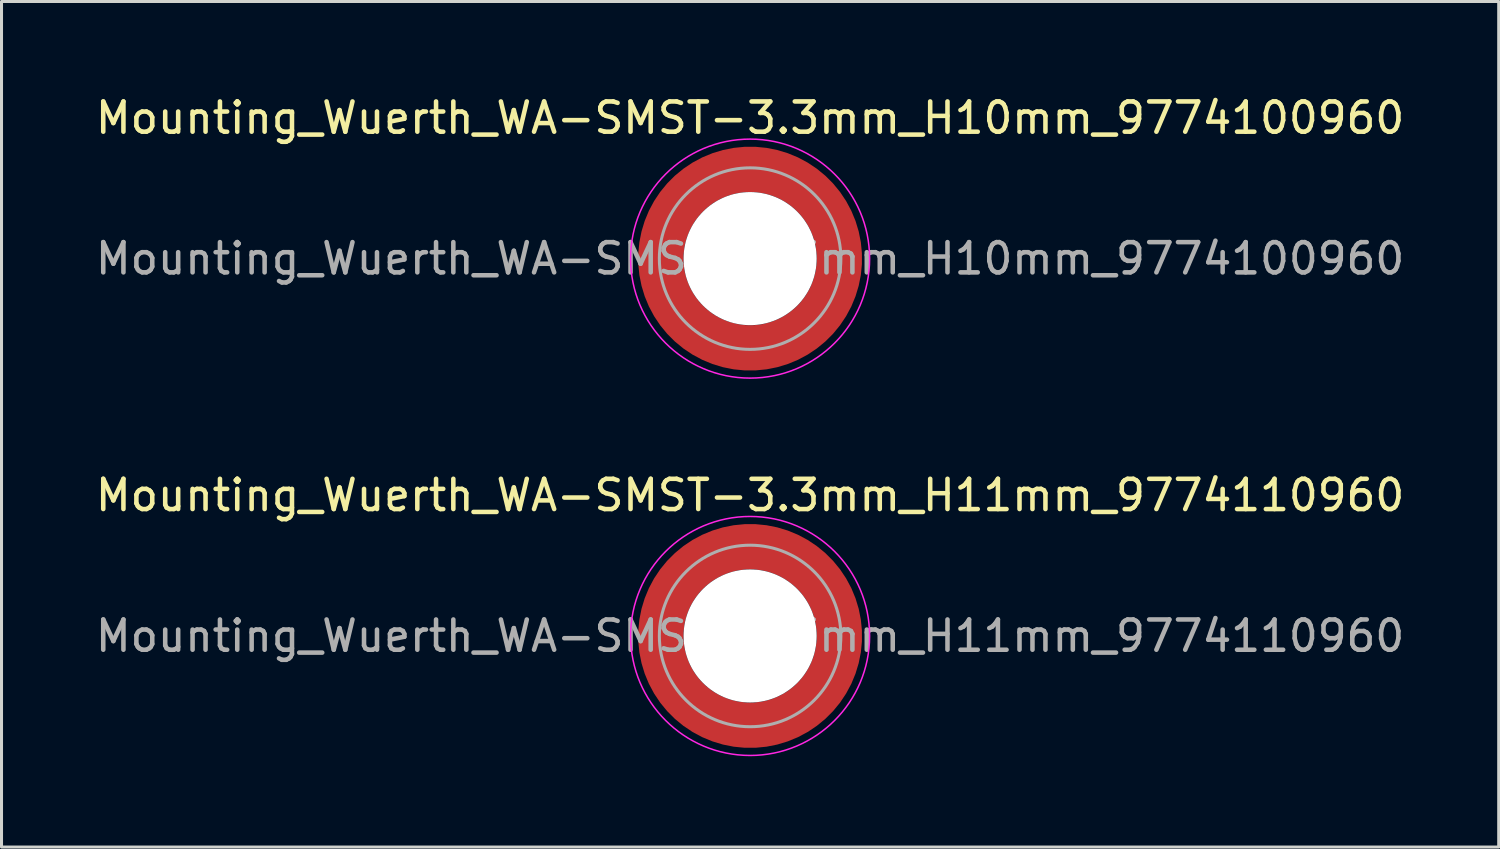
<source format=kicad_pcb>
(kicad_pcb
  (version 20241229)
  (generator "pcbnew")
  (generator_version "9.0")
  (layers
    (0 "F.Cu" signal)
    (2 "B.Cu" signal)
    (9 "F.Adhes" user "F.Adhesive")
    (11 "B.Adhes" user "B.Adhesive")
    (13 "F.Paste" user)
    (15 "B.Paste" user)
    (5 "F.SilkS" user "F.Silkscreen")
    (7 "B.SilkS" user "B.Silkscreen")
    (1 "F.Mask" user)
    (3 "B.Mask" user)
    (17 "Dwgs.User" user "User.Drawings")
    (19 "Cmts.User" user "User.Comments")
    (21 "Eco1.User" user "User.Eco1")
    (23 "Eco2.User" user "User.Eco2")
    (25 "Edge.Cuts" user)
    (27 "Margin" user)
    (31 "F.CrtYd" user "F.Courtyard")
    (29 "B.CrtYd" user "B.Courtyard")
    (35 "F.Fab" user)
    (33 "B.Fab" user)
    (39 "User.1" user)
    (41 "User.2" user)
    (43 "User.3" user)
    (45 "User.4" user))
  (footprint "Mounting_Wuerth_WA-SMST-3.3mm_H11mm_9774110960"
    (layer "F.Cu")
    (at 21.744 17.971)
    (property "Reference" "Mounting_Wuerth_WA-SMST-3.3mm_H11mm_9774110960" (at 0 -4.65 0) (layer "F.SilkS") (effects (font (size 1 1) (thickness 0.15))))
    (attr smd)
    (fp_circle (center 0 0) (end 3.95 0) (stroke (width 0.05) (type solid)) (fill no) (layer "F.CrtYd"))
    (fp_circle (center 0 0) (end 3 0) (stroke (width 0.1) (type solid)) (fill no) (layer "F.Fab"))
    (fp_text user "${REFERENCE}" (at 0 0 0) (layer "F.Fab") (effects (font (size 1 1) (thickness 0.15))))
    (pad "" smd custom (at -2.058 -2.058) (size 0.7 0.7) (layers "F.Paste") (options (anchor circle)) (primitives (gr_arc (start -0.377294 1.707681) (mid 0.317579 0.318817) (end 1.705947 -0.377044) (width 0.2)) (gr_arc (start -0.478281 1.707681) (mid 0.246161 0.248814) (end 1.703965 -0.477765) (width 0.2)) (gr_arc (start -0.579192 1.707681) (mid 0.175492 0.178063) (end 1.704077 -0.578711) (width 0.2)) (gr_arc (start -0.680037 1.707681) (mid 0.105568 0.106564) (end 1.706284 -0.679858) (width 0.2)) (gr_arc (start -0.780822 1.707681) (mid 0.034627 0.036085) (end 1.705634 -0.780569) (width 0.2)) (gr_arc (start -0.881554 1.707681) (mid -0.035694 -0.035016) (end 1.706729 -0.881441) (width 0.2)) (gr_arc (start -0.982237 1.707681) (mid -0.107281 -0.10485) (end 1.704266 -0.981842) (width 0.2)) (gr_arc (start -1.082877 1.707681) (mid -0.178372 -0.175181) (end 1.703197 -1.082374) (width 0.2)) (gr_arc (start -1.183476 1.707681) (mid -0.248964 -0.246008) (end 1.703525 -1.183025) (width 0.2)) (gr_arc (start -1.28404 1.707681) (mid -0.319062 -0.317333) (end 1.70525 -1.283784) (width 0.2)) (gr_line (start 1.708 -0.377) (end 1.708 -1.284) (width 0.2)) (gr_line (start -0.377 1.708) (end -1.284 1.708) (width 0.2))))
    (pad "" smd custom (at -2.058 2.058) (size 0.7 0.7) (layers "F.Paste") (options (anchor circle)) (primitives (gr_arc (start 1.707681 0.377294) (mid 0.318817 -0.317579) (end -0.377044 -1.705947) (width 0.2)) (gr_arc (start 1.707681 0.478281) (mid 0.248814 -0.246161) (end -0.477765 -1.703965) (width 0.2)) (gr_arc (start 1.707681 0.579192) (mid 0.178063 -0.175492) (end -0.578711 -1.704077) (width 0.2)) (gr_arc (start 1.707681 0.680037) (mid 0.106564 -0.105568) (end -0.679858 -1.706284) (width 0.2)) (gr_arc (start 1.707681 0.780822) (mid 0.036085 -0.034627) (end -0.780569 -1.705634) (width 0.2)) (gr_arc (start 1.707681 0.881554) (mid -0.035016 0.035694) (end -0.881441 -1.706729) (width 0.2)) (gr_arc (start 1.707681 0.982237) (mid -0.10485 0.107281) (end -0.981842 -1.704266) (width 0.2)) (gr_arc (start 1.707681 1.082877) (mid -0.175181 0.178372) (end -1.082374 -1.703197) (width 0.2)) (gr_arc (start 1.707681 1.183476) (mid -0.246008 0.248964) (end -1.183025 -1.703525) (width 0.2)) (gr_arc (start 1.707681 1.28404) (mid -0.317333 0.319062) (end -1.283784 -1.70525) (width 0.2)) (gr_line (start -0.377 -1.708) (end -1.284 -1.708) (width 0.2)) (gr_line (start 1.708 0.377) (end 1.708 1.284) (width 0.2))))
    (pad "" np_thru_hole circle (at 0 0) (size 4.4 4.4) (drill 4.4) (layers "*.Cu" "*.Mask"))
    (pad "" smd custom (at 2.058 -2.058) (size 0.7 0.7) (layers "F.Paste") (options (anchor circle)) (primitives (gr_arc (start -1.707681 -0.377294) (mid -0.318817 0.317579) (end 0.377044 1.705947) (width 0.2)) (gr_arc (start -1.707681 -0.478281) (mid -0.248814 0.246161) (end 0.477765 1.703965) (width 0.2)) (gr_arc (start -1.707681 -0.579192) (mid -0.178063 0.175492) (end 0.578711 1.704077) (width 0.2)) (gr_arc (start -1.707681 -0.680037) (mid -0.106564 0.105568) (end 0.679858 1.706284) (width 0.2)) (gr_arc (start -1.707681 -0.780822) (mid -0.036085 0.034627) (end 0.780569 1.705634) (width 0.2)) (gr_arc (start -1.707681 -0.881554) (mid 0.035016 -0.035694) (end 0.881441 1.706729) (width 0.2)) (gr_arc (start -1.707681 -0.982237) (mid 0.10485 -0.107281) (end 0.981842 1.704266) (width 0.2)) (gr_arc (start -1.707681 -1.082877) (mid 0.175181 -0.178372) (end 1.082374 1.703197) (width 0.2)) (gr_arc (start -1.707681 -1.183476) (mid 0.246008 -0.248964) (end 1.183025 1.703525) (width 0.2)) (gr_arc (start -1.707681 -1.28404) (mid 0.317333 -0.319062) (end 1.283784 1.70525) (width 0.2)) (gr_line (start 0.377 1.708) (end 1.284 1.708) (width 0.2)) (gr_line (start -1.708 -0.377) (end -1.708 -1.284) (width 0.2))))
    (pad "" smd custom (at 2.058 2.058) (size 0.7 0.7) (layers "F.Paste") (options (anchor circle)) (primitives (gr_arc (start 0.377294 -1.707681) (mid -0.317579 -0.318817) (end -1.705947 0.377044) (width 0.2)) (gr_arc (start 0.478281 -1.707681) (mid -0.246161 -0.248814) (end -1.703965 0.477765) (width 0.2)) (gr_arc (start 0.579192 -1.707681) (mid -0.175492 -0.178063) (end -1.704077 0.578711) (width 0.2)) (gr_arc (start 0.680037 -1.707681) (mid -0.105568 -0.106564) (end -1.706284 0.679858) (width 0.2)) (gr_arc (start 0.780822 -1.707681) (mid -0.034627 -0.036085) (end -1.705634 0.780569) (width 0.2)) (gr_arc (start 0.881554 -1.707681) (mid 0.035694 0.035016) (end -1.706729 0.881441) (width 0.2)) (gr_arc (start 0.982237 -1.707681) (mid 0.107281 0.10485) (end -1.704266 0.981842) (width 0.2)) (gr_arc (start 1.082877 -1.707681) (mid 0.178372 0.175181) (end -1.703197 1.082374) (width 0.2)) (gr_arc (start 1.183476 -1.707681) (mid 0.248964 0.246008) (end -1.703525 1.183025) (width 0.2)) (gr_arc (start 1.28404 -1.707681) (mid 0.319062 0.317333) (end -1.70525 1.283784) (width 0.2)) (gr_line (start -1.708 0.377) (end -1.708 1.284) (width 0.2)) (gr_line (start 0.377 -1.708) (end 1.284 -1.708) (width 0.2))))
    (pad "1" smd circle (at -2.95 0) (size 1.1 1.1) (layers "F.Cu"))
    (pad "1" smd circle (at 0 -2.95) (size 1.1 1.1) (layers "F.Cu"))
    (pad "1" smd circle (at 0 2.95) (size 1.1 1.1) (layers "F.Cu"))
    (pad "1" smd custom (at 2.95 0) (size 1.1 1.1) (layers "F.Cu" "F.Mask") (options (anchor circle)) (primitives (gr_circle (center -2.95 0) (end 0 0) (width 1.5) (fill no)))))
  (footprint "Mounting_Wuerth_WA-SMST-3.3mm_H10mm_9774100960"
    (layer "F.Cu")
    (at 21.744 5.498)
    (property "Reference" "Mounting_Wuerth_WA-SMST-3.3mm_H10mm_9774100960" (at 0 -4.65 0) (layer "F.SilkS") (effects (font (size 1 1) (thickness 0.15))))
    (attr smd)
    (fp_circle (center 0 0) (end 3.95 0) (stroke (width 0.05) (type solid)) (fill no) (layer "F.CrtYd"))
    (fp_circle (center 0 0) (end 3 0) (stroke (width 0.1) (type solid)) (fill no) (layer "F.Fab"))
    (fp_text user "${REFERENCE}" (at 0 0 0) (layer "F.Fab") (effects (font (size 1 1) (thickness 0.15))))
    (pad "" smd custom (at -2.058 -2.058) (size 0.7 0.7) (layers "F.Paste") (options (anchor circle)) (primitives (gr_arc (start -0.377294 1.707681) (mid 0.317579 0.318817) (end 1.705947 -0.377044) (width 0.2)) (gr_arc (start -0.478281 1.707681) (mid 0.246161 0.248814) (end 1.703965 -0.477765) (width 0.2)) (gr_arc (start -0.579192 1.707681) (mid 0.175492 0.178063) (end 1.704077 -0.578711) (width 0.2)) (gr_arc (start -0.680037 1.707681) (mid 0.105568 0.106564) (end 1.706284 -0.679858) (width 0.2)) (gr_arc (start -0.780822 1.707681) (mid 0.034627 0.036085) (end 1.705634 -0.780569) (width 0.2)) (gr_arc (start -0.881554 1.707681) (mid -0.035694 -0.035016) (end 1.706729 -0.881441) (width 0.2)) (gr_arc (start -0.982237 1.707681) (mid -0.107281 -0.10485) (end 1.704266 -0.981842) (width 0.2)) (gr_arc (start -1.082877 1.707681) (mid -0.178372 -0.175181) (end 1.703197 -1.082374) (width 0.2)) (gr_arc (start -1.183476 1.707681) (mid -0.248964 -0.246008) (end 1.703525 -1.183025) (width 0.2)) (gr_arc (start -1.28404 1.707681) (mid -0.319062 -0.317333) (end 1.70525 -1.283784) (width 0.2)) (gr_line (start 1.708 -0.377) (end 1.708 -1.284) (width 0.2)) (gr_line (start -0.377 1.708) (end -1.284 1.708) (width 0.2))))
    (pad "" smd custom (at -2.058 2.058) (size 0.7 0.7) (layers "F.Paste") (options (anchor circle)) (primitives (gr_arc (start 1.707681 0.377294) (mid 0.318817 -0.317579) (end -0.377044 -1.705947) (width 0.2)) (gr_arc (start 1.707681 0.478281) (mid 0.248814 -0.246161) (end -0.477765 -1.703965) (width 0.2)) (gr_arc (start 1.707681 0.579192) (mid 0.178063 -0.175492) (end -0.578711 -1.704077) (width 0.2)) (gr_arc (start 1.707681 0.680037) (mid 0.106564 -0.105568) (end -0.679858 -1.706284) (width 0.2)) (gr_arc (start 1.707681 0.780822) (mid 0.036085 -0.034627) (end -0.780569 -1.705634) (width 0.2)) (gr_arc (start 1.707681 0.881554) (mid -0.035016 0.035694) (end -0.881441 -1.706729) (width 0.2)) (gr_arc (start 1.707681 0.982237) (mid -0.10485 0.107281) (end -0.981842 -1.704266) (width 0.2)) (gr_arc (start 1.707681 1.082877) (mid -0.175181 0.178372) (end -1.082374 -1.703197) (width 0.2)) (gr_arc (start 1.707681 1.183476) (mid -0.246008 0.248964) (end -1.183025 -1.703525) (width 0.2)) (gr_arc (start 1.707681 1.28404) (mid -0.317333 0.319062) (end -1.283784 -1.70525) (width 0.2)) (gr_line (start -0.377 -1.708) (end -1.284 -1.708) (width 0.2)) (gr_line (start 1.708 0.377) (end 1.708 1.284) (width 0.2))))
    (pad "" np_thru_hole circle (at 0 0) (size 4.4 4.4) (drill 4.4) (layers "*.Cu" "*.Mask"))
    (pad "" smd custom (at 2.058 -2.058) (size 0.7 0.7) (layers "F.Paste") (options (anchor circle)) (primitives (gr_arc (start -1.707681 -0.377294) (mid -0.318817 0.317579) (end 0.377044 1.705947) (width 0.2)) (gr_arc (start -1.707681 -0.478281) (mid -0.248814 0.246161) (end 0.477765 1.703965) (width 0.2)) (gr_arc (start -1.707681 -0.579192) (mid -0.178063 0.175492) (end 0.578711 1.704077) (width 0.2)) (gr_arc (start -1.707681 -0.680037) (mid -0.106564 0.105568) (end 0.679858 1.706284) (width 0.2)) (gr_arc (start -1.707681 -0.780822) (mid -0.036085 0.034627) (end 0.780569 1.705634) (width 0.2)) (gr_arc (start -1.707681 -0.881554) (mid 0.035016 -0.035694) (end 0.881441 1.706729) (width 0.2)) (gr_arc (start -1.707681 -0.982237) (mid 0.10485 -0.107281) (end 0.981842 1.704266) (width 0.2)) (gr_arc (start -1.707681 -1.082877) (mid 0.175181 -0.178372) (end 1.082374 1.703197) (width 0.2)) (gr_arc (start -1.707681 -1.183476) (mid 0.246008 -0.248964) (end 1.183025 1.703525) (width 0.2)) (gr_arc (start -1.707681 -1.28404) (mid 0.317333 -0.319062) (end 1.283784 1.70525) (width 0.2)) (gr_line (start 0.377 1.708) (end 1.284 1.708) (width 0.2)) (gr_line (start -1.708 -0.377) (end -1.708 -1.284) (width 0.2))))
    (pad "" smd custom (at 2.058 2.058) (size 0.7 0.7) (layers "F.Paste") (options (anchor circle)) (primitives (gr_arc (start 0.377294 -1.707681) (mid -0.317579 -0.318817) (end -1.705947 0.377044) (width 0.2)) (gr_arc (start 0.478281 -1.707681) (mid -0.246161 -0.248814) (end -1.703965 0.477765) (width 0.2)) (gr_arc (start 0.579192 -1.707681) (mid -0.175492 -0.178063) (end -1.704077 0.578711) (width 0.2)) (gr_arc (start 0.680037 -1.707681) (mid -0.105568 -0.106564) (end -1.706284 0.679858) (width 0.2)) (gr_arc (start 0.780822 -1.707681) (mid -0.034627 -0.036085) (end -1.705634 0.780569) (width 0.2)) (gr_arc (start 0.881554 -1.707681) (mid 0.035694 0.035016) (end -1.706729 0.881441) (width 0.2)) (gr_arc (start 0.982237 -1.707681) (mid 0.107281 0.10485) (end -1.704266 0.981842) (width 0.2)) (gr_arc (start 1.082877 -1.707681) (mid 0.178372 0.175181) (end -1.703197 1.082374) (width 0.2)) (gr_arc (start 1.183476 -1.707681) (mid 0.248964 0.246008) (end -1.703525 1.183025) (width 0.2)) (gr_arc (start 1.28404 -1.707681) (mid 0.319062 0.317333) (end -1.70525 1.283784) (width 0.2)) (gr_line (start -1.708 0.377) (end -1.708 1.284) (width 0.2)) (gr_line (start 0.377 -1.708) (end 1.284 -1.708) (width 0.2))))
    (pad "1" smd circle (at -2.95 0) (size 1.1 1.1) (layers "F.Cu"))
    (pad "1" smd circle (at 0 -2.95) (size 1.1 1.1) (layers "F.Cu"))
    (pad "1" smd circle (at 0 2.95) (size 1.1 1.1) (layers "F.Cu"))
    (pad "1" smd custom (at 2.95 0) (size 1.1 1.1) (layers "F.Cu" "F.Mask") (options (anchor circle)) (primitives (gr_circle (center -2.95 0) (end 0 0) (width 1.5) (fill no)))))
  (gr_rect
    (start -3 -3)
    (end 46.488 24.947)
    (stroke (width 0.1) (type default))
    (fill no)
    (layer "Edge.Cuts")))
</source>
